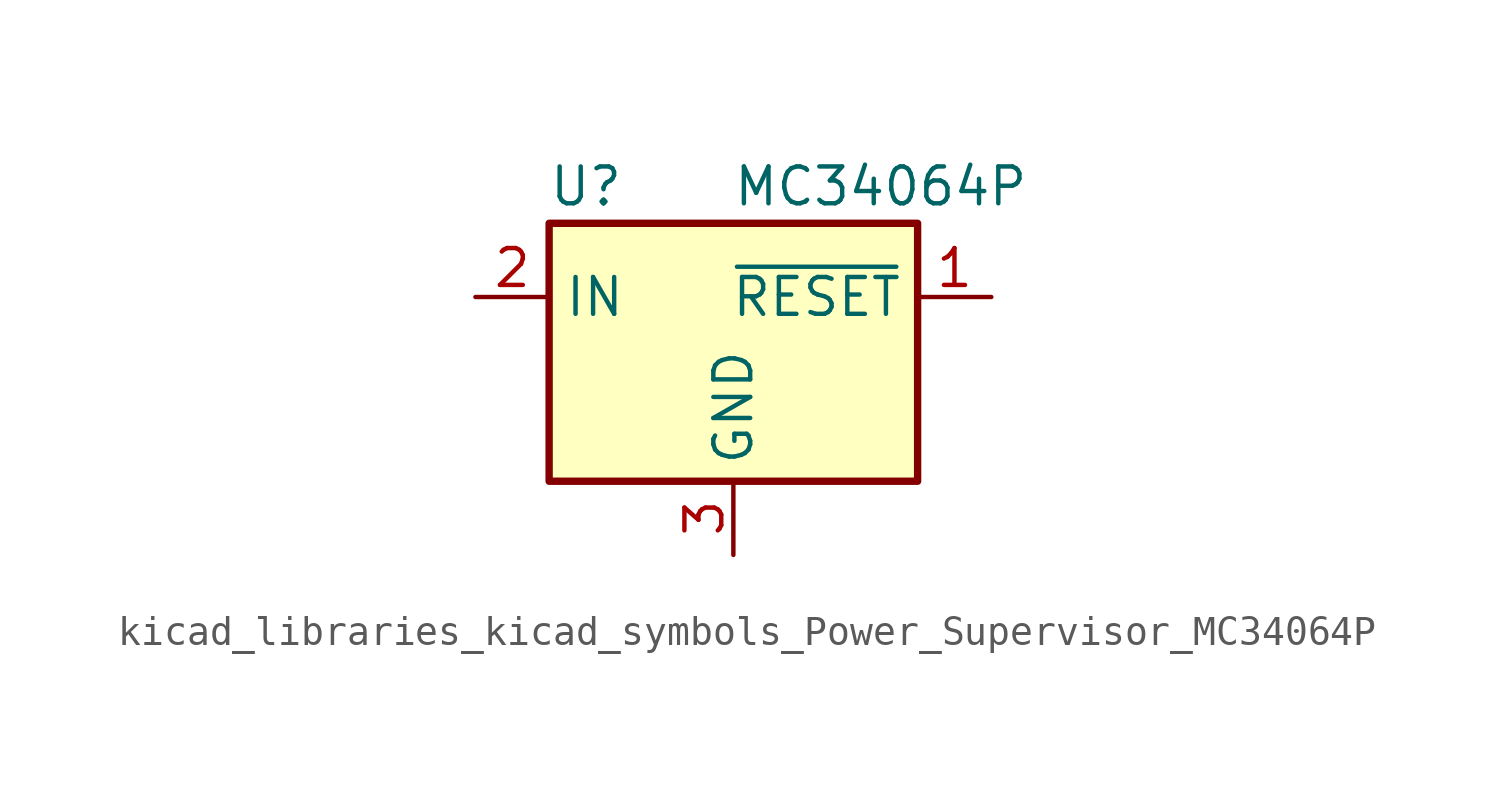
<source format=kicad_sym>
(kicad_symbol_lib
  (version 20220914)
  (generator kicad_symbol_editor)
  (symbol "kicad_libraries_kicad_symbols_Power_Supervisor_MC34064P"
    (property "Reference" "U"
      (at -5.08 5.08 0)
      (effects (font (size 1.27 1.27))))
    (property "Value" "MC34064P"
      (at 5.08 5.08 0)
      (effects (font (size 1.27 1.27))))
    (symbol "kicad_libraries_kicad_symbols_Power_Supervisor_MC34064P_0_1"
      (rectangle (start -6.35 -5.08) (end 6.35 3.81) (stroke (width 0.254) (type default)) (fill (type background))))
    (symbol "kicad_libraries_kicad_symbols_Power_Supervisor_MC34064P_1_1"
      (pin open_collector line (at 8.89 1.27 180) (length 2.54) (name "~{RESET}" (effects (font (size 1.27 1.27)))) (number "1" (effects (font (size 1.27 1.27)))))
      (pin input line (at -8.89 1.27 0) (length 2.54) (name "IN" (effects (font (size 1.27 1.27)))) (number "2" (effects (font (size 1.27 1.27)))))
      (pin input line (at 0 -7.62 90) (length 2.54) (name "GND" (effects (font (size 1.27 1.27)))) (number "3" (effects (font (size 1.27 1.27))))))))
</source>
